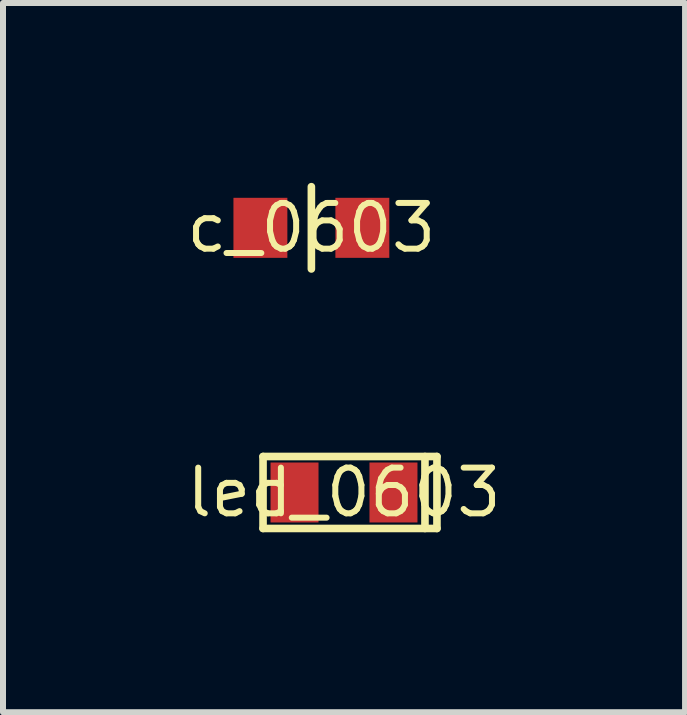
<source format=kicad_pcb>
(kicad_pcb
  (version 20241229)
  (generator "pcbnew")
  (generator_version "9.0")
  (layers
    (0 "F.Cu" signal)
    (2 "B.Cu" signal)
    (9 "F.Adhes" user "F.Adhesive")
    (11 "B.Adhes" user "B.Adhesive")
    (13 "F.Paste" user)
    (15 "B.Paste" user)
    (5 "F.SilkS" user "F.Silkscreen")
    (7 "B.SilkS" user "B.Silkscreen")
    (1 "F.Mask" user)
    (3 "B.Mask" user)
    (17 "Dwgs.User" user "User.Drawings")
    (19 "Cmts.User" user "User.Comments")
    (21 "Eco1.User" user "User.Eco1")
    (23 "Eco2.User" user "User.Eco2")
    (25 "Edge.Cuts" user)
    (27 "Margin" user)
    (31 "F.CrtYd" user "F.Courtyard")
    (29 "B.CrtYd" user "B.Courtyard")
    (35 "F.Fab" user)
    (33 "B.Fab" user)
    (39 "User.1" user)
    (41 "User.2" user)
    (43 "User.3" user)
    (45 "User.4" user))
  (footprint "c_0603"
    (layer "F.Cu")
    (at 2.142 0.749)
    (property "Reference" "c_0603" (at 0 0 0) (layer "F.SilkS") (effects (font (size 0.762 0.762) (thickness 0.1))))
    (attr through_hole)
    (fp_poly (pts (xy -1.45 0.65) (xy -0.25 0.65) (xy -0.25 -0.65) (xy -1.45 -0.65)) (stroke (width 0) (type solid)) (fill yes) (layer "F.Mask"))
    (fp_poly (pts (xy 0.25 0.65) (xy 1.45 0.65) (xy 1.45 -0.65) (xy 0.25 -0.65)) (stroke (width 0) (type solid)) (fill yes) (layer "F.Mask"))
    (fp_line (start 0 -0.686) (end 0 0.686) (stroke (width 0.127) (type solid)) (layer "F.SilkS"))
    (pad "1" smd rect (at 0.85 0) (size 0.899 1.001) (layers "F.Cu" "F.Paste"))
    (pad "2" smd rect (at -0.85 0) (size 0.899 1.001) (layers "F.Cu" "F.Paste")))
  (footprint "led_0603"
    (layer "F.Cu")
    (at 2.686 5.162)
    (property "Reference" "led_0603" (at 0 0 0) (layer "F.SilkS") (effects (font (size 0.762 0.762) (thickness 0.1))))
    (attr through_hole)
    (fp_poly (pts (xy -1.375 0.65) (xy -0.275 0.65) (xy -0.275 -0.65) (xy -1.375 -0.65)) (stroke (width 0) (type solid)) (fill yes) (layer "F.Mask"))
    (fp_poly (pts (xy 0.275 0.65) (xy 1.375 0.65) (xy 1.375 -0.65) (xy 0.275 -0.65)) (stroke (width 0) (type solid)) (fill yes) (layer "F.Mask"))
    (fp_line (start -1.35 -0.6) (end 1.55 -0.6) (stroke (width 0.127) (type solid)) (layer "F.SilkS"))
    (fp_line (start -1.35 0.6) (end -1.35 -0.6) (stroke (width 0.127) (type solid)) (layer "F.SilkS"))
    (fp_line (start -1.35 0.6) (end 1.55 0.6) (stroke (width 0.127) (type solid)) (layer "F.SilkS"))
    (fp_line (start 1.35 -0.6) (end 1.35 0.6) (stroke (width 0.127) (type solid)) (layer "F.SilkS"))
    (fp_line (start 1.55 -0.6) (end 1.55 0.6) (stroke (width 0.127) (type solid)) (layer "F.SilkS"))
    (pad "1" smd rect (at -0.825 0) (size 0.8 1) (layers "F.Cu" "F.Paste"))
    (pad "2" smd rect (at 0.825 0) (size 0.8 1) (layers "F.Cu" "F.Paste")))
  (gr_rect
    (start -3 -3)
    (end 8.373 8.826)
    (stroke (width 0.1) (type default))
    (fill no)
    (layer "Edge.Cuts")))
</source>
